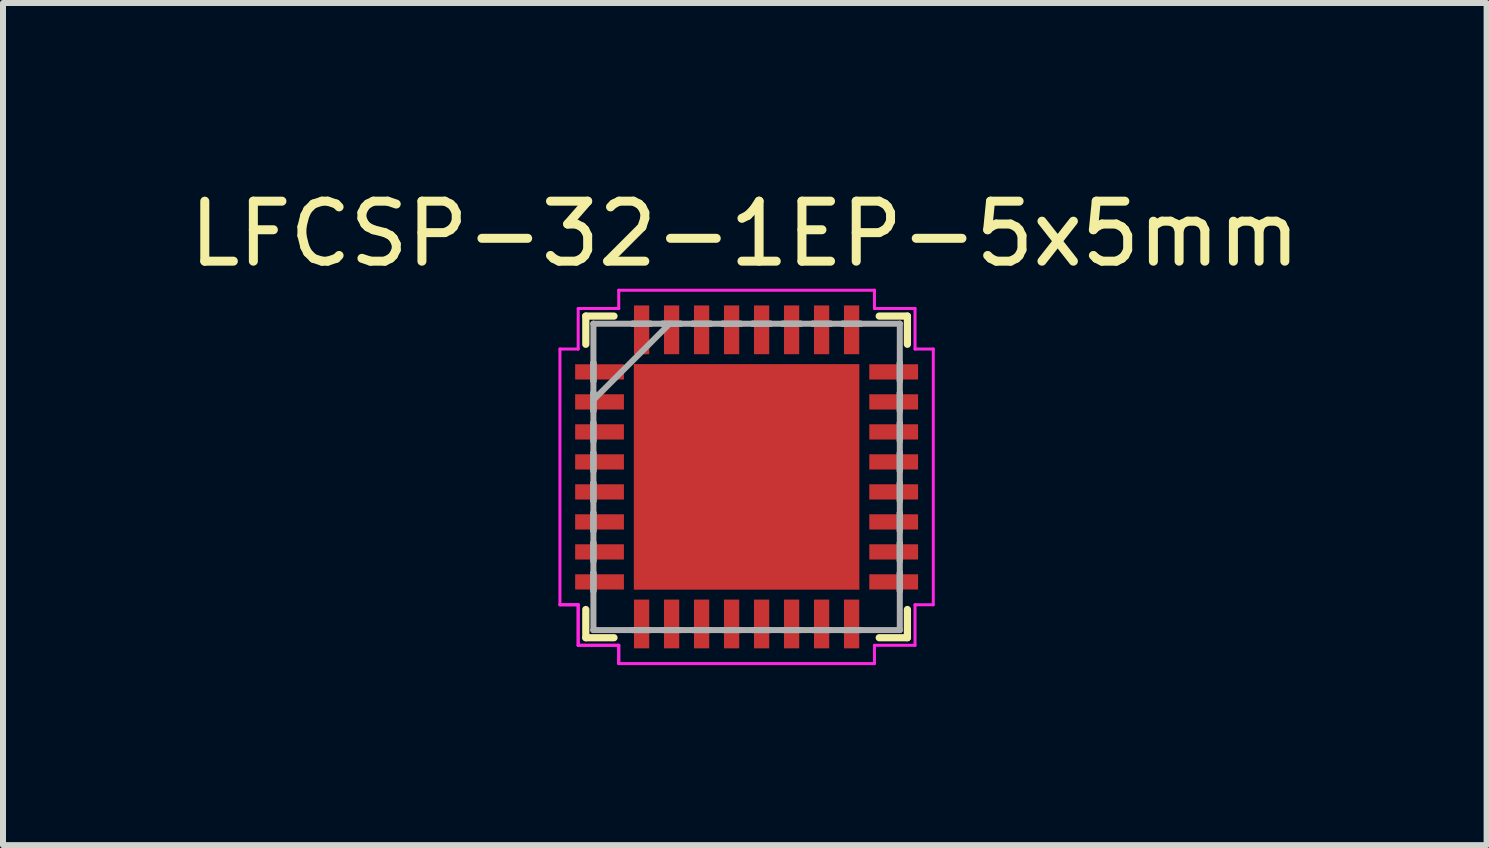
<source format=kicad_pcb>
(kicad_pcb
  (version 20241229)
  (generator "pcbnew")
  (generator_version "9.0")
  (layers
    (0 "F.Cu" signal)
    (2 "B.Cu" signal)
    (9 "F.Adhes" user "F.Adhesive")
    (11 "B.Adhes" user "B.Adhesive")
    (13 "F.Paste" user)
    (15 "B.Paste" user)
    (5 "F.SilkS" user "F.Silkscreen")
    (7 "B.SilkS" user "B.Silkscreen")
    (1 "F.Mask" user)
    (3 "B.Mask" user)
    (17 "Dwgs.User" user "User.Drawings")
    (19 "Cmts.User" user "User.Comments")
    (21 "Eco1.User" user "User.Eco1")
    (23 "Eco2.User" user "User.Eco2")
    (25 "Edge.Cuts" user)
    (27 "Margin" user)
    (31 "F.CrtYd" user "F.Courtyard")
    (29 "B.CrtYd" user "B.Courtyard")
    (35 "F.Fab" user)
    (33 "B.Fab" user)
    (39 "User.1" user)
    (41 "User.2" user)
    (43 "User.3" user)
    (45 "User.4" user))
  (footprint "LFCSP-32-1EP-5x5mm"
    (layer "F.Cu")
    (at 9.393 4.898)
    (property "Reference" "LFCSP-32-1EP-5x5mm" (at -0.03 -4.05 0) (layer "F.SilkS") (effects (font (size 1 1) (thickness 0.15))))
    (attr smd)
    (fp_line (start -2.68 -2.68) (end -2.68 -2.21) (stroke (width 0.12) (type solid)) (layer "F.SilkS"))
    (fp_line (start -2.68 2.21) (end -2.68 2.68) (stroke (width 0.12) (type solid)) (layer "F.SilkS"))
    (fp_line (start -2.68 2.68) (end -2.21 2.68) (stroke (width 0.12) (type solid)) (layer "F.SilkS"))
    (fp_line (start -2.21 -2.68) (end -2.68 -2.68) (stroke (width 0.12) (type solid)) (layer "F.SilkS"))
    (fp_line (start 2.21 2.68) (end 2.68 2.68) (stroke (width 0.12) (type solid)) (layer "F.SilkS"))
    (fp_line (start 2.68 -2.68) (end 2.21 -2.68) (stroke (width 0.12) (type solid)) (layer "F.SilkS"))
    (fp_line (start 2.68 -2.21) (end 2.68 -2.68) (stroke (width 0.12) (type solid)) (layer "F.SilkS"))
    (fp_line (start 2.68 2.68) (end 2.68 2.21) (stroke (width 0.12) (type solid)) (layer "F.SilkS"))
    (fp_poly (pts (xy -1.78 -1.78) (xy -1.78 -0.1) (xy -0.1 -0.1) (xy -0.1 -1.78)) (stroke (width 0.1) (type solid)) (fill yes) (layer "F.Paste"))
    (fp_poly (pts (xy -1.78 0.1) (xy -1.78 1.78) (xy -0.1 1.78) (xy -0.1 0.1)) (stroke (width 0.1) (type solid)) (fill yes) (layer "F.Paste"))
    (fp_poly (pts (xy 0.1 -1.78) (xy 0.1 -0.1) (xy 1.78 -0.1) (xy 1.78 -1.78)) (stroke (width 0.1) (type solid)) (fill yes) (layer "F.Paste"))
    (fp_poly (pts (xy 0.1 0.1) (xy 0.1 1.78) (xy 1.78 1.78) (xy 1.78 0.1)) (stroke (width 0.1) (type solid)) (fill yes) (layer "F.Paste"))
    (fp_line (start -3.111 -2.131) (end -2.807 -2.131) (stroke (width 0.05) (type solid)) (layer "F.CrtYd"))
    (fp_line (start -3.111 2.131) (end -3.111 -2.131) (stroke (width 0.05) (type solid)) (layer "F.CrtYd"))
    (fp_line (start -2.807 -2.807) (end -2.131 -2.807) (stroke (width 0.05) (type solid)) (layer "F.CrtYd"))
    (fp_line (start -2.807 -2.131) (end -2.807 -2.807) (stroke (width 0.05) (type solid)) (layer "F.CrtYd"))
    (fp_line (start -2.807 2.131) (end -3.111 2.131) (stroke (width 0.05) (type solid)) (layer "F.CrtYd"))
    (fp_line (start -2.807 2.131) (end -3.111 2.131) (stroke (width 0.05) (type solid)) (layer "F.CrtYd"))
    (fp_line (start -2.807 2.807) (end -2.807 2.131) (stroke (width 0.05) (type solid)) (layer "F.CrtYd"))
    (fp_line (start -2.807 2.807) (end -2.807 2.131) (stroke (width 0.05) (type solid)) (layer "F.CrtYd"))
    (fp_line (start -2.131 -3.111) (end 2.131 -3.111) (stroke (width 0.05) (type solid)) (layer "F.CrtYd"))
    (fp_line (start -2.131 -2.807) (end -2.131 -3.111) (stroke (width 0.05) (type solid)) (layer "F.CrtYd"))
    (fp_line (start -2.131 2.807) (end -2.807 2.807) (stroke (width 0.05) (type solid)) (layer "F.CrtYd"))
    (fp_line (start -2.131 2.807) (end -2.807 2.807) (stroke (width 0.05) (type solid)) (layer "F.CrtYd"))
    (fp_line (start -2.131 3.111) (end -2.131 2.807) (stroke (width 0.05) (type solid)) (layer "F.CrtYd"))
    (fp_line (start -2.131 3.111) (end -2.131 2.807) (stroke (width 0.05) (type solid)) (layer "F.CrtYd"))
    (fp_line (start 2.131 -3.111) (end 2.131 -2.807) (stroke (width 0.05) (type solid)) (layer "F.CrtYd"))
    (fp_line (start 2.131 -2.807) (end 2.807 -2.807) (stroke (width 0.05) (type solid)) (layer "F.CrtYd"))
    (fp_line (start 2.131 2.807) (end 2.131 3.111) (stroke (width 0.05) (type solid)) (layer "F.CrtYd"))
    (fp_line (start 2.131 3.111) (end -2.131 3.111) (stroke (width 0.05) (type solid)) (layer "F.CrtYd"))
    (fp_line (start 2.807 -2.807) (end 2.807 -2.131) (stroke (width 0.05) (type solid)) (layer "F.CrtYd"))
    (fp_line (start 2.807 -2.131) (end 3.111 -2.131) (stroke (width 0.05) (type solid)) (layer "F.CrtYd"))
    (fp_line (start 2.807 2.131) (end 2.807 2.807) (stroke (width 0.05) (type solid)) (layer "F.CrtYd"))
    (fp_line (start 2.807 2.807) (end 2.131 2.807) (stroke (width 0.05) (type solid)) (layer "F.CrtYd"))
    (fp_line (start 3.111 -2.131) (end 3.111 2.131) (stroke (width 0.05) (type solid)) (layer "F.CrtYd"))
    (fp_line (start 3.111 2.131) (end 2.807 2.131) (stroke (width 0.05) (type solid)) (layer "F.CrtYd"))
    (fp_line (start -2.553 -2.553) (end -2.553 -2.553) (stroke (width 0.1) (type solid)) (layer "F.Fab"))
    (fp_line (start -2.553 -2.553) (end -2.553 2.553) (stroke (width 0.1) (type solid)) (layer "F.Fab"))
    (fp_line (start -2.553 -1.902) (end -2.553 -1.902) (stroke (width 0.1) (type solid)) (layer "F.Fab"))
    (fp_line (start -2.553 -1.902) (end -2.553 -1.598) (stroke (width 0.1) (type solid)) (layer "F.Fab"))
    (fp_line (start -2.553 -1.598) (end -2.553 -1.902) (stroke (width 0.1) (type solid)) (layer "F.Fab"))
    (fp_line (start -2.553 -1.598) (end -2.553 -1.598) (stroke (width 0.1) (type solid)) (layer "F.Fab"))
    (fp_line (start -2.553 -1.402) (end -2.553 -1.402) (stroke (width 0.1) (type solid)) (layer "F.Fab"))
    (fp_line (start -2.553 -1.402) (end -2.553 -1.098) (stroke (width 0.1) (type solid)) (layer "F.Fab"))
    (fp_line (start -2.553 -1.283) (end -1.283 -2.553) (stroke (width 0.1) (type solid)) (layer "F.Fab"))
    (fp_line (start -2.553 -1.098) (end -2.553 -1.402) (stroke (width 0.1) (type solid)) (layer "F.Fab"))
    (fp_line (start -2.553 -1.098) (end -2.553 -1.098) (stroke (width 0.1) (type solid)) (layer "F.Fab"))
    (fp_line (start -2.553 -0.902) (end -2.553 -0.902) (stroke (width 0.1) (type solid)) (layer "F.Fab"))
    (fp_line (start -2.553 -0.902) (end -2.553 -0.598) (stroke (width 0.1) (type solid)) (layer "F.Fab"))
    (fp_line (start -2.553 -0.598) (end -2.553 -0.902) (stroke (width 0.1) (type solid)) (layer "F.Fab"))
    (fp_line (start -2.553 -0.598) (end -2.553 -0.598) (stroke (width 0.1) (type solid)) (layer "F.Fab"))
    (fp_line (start -2.553 -0.402) (end -2.553 -0.402) (stroke (width 0.1) (type solid)) (layer "F.Fab"))
    (fp_line (start -2.553 -0.402) (end -2.553 -0.098) (stroke (width 0.1) (type solid)) (layer "F.Fab"))
    (fp_line (start -2.553 -0.098) (end -2.553 -0.402) (stroke (width 0.1) (type solid)) (layer "F.Fab"))
    (fp_line (start -2.553 -0.098) (end -2.553 -0.098) (stroke (width 0.1) (type solid)) (layer "F.Fab"))
    (fp_line (start -2.553 0.098) (end -2.553 0.098) (stroke (width 0.1) (type solid)) (layer "F.Fab"))
    (fp_line (start -2.553 0.098) (end -2.553 0.402) (stroke (width 0.1) (type solid)) (layer "F.Fab"))
    (fp_line (start -2.553 0.402) (end -2.553 0.098) (stroke (width 0.1) (type solid)) (layer "F.Fab"))
    (fp_line (start -2.553 0.402) (end -2.553 0.402) (stroke (width 0.1) (type solid)) (layer "F.Fab"))
    (fp_line (start -2.553 0.598) (end -2.553 0.598) (stroke (width 0.1) (type solid)) (layer "F.Fab"))
    (fp_line (start -2.553 0.598) (end -2.553 0.902) (stroke (width 0.1) (type solid)) (layer "F.Fab"))
    (fp_line (start -2.553 0.902) (end -2.553 0.598) (stroke (width 0.1) (type solid)) (layer "F.Fab"))
    (fp_line (start -2.553 0.902) (end -2.553 0.902) (stroke (width 0.1) (type solid)) (layer "F.Fab"))
    (fp_line (start -2.553 1.098) (end -2.553 1.098) (stroke (width 0.1) (type solid)) (layer "F.Fab"))
    (fp_line (start -2.553 1.098) (end -2.553 1.402) (stroke (width 0.1) (type solid)) (layer "F.Fab"))
    (fp_line (start -2.553 1.402) (end -2.553 1.098) (stroke (width 0.1) (type solid)) (layer "F.Fab"))
    (fp_line (start -2.553 1.402) (end -2.553 1.402) (stroke (width 0.1) (type solid)) (layer "F.Fab"))
    (fp_line (start -2.553 1.598) (end -2.553 1.598) (stroke (width 0.1) (type solid)) (layer "F.Fab"))
    (fp_line (start -2.553 1.598) (end -2.553 1.902) (stroke (width 0.1) (type solid)) (layer "F.Fab"))
    (fp_line (start -2.553 1.902) (end -2.553 1.598) (stroke (width 0.1) (type solid)) (layer "F.Fab"))
    (fp_line (start -2.553 1.902) (end -2.553 1.902) (stroke (width 0.1) (type solid)) (layer "F.Fab"))
    (fp_line (start -2.553 2.553) (end -2.553 2.553) (stroke (width 0.1) (type solid)) (layer "F.Fab"))
    (fp_line (start -2.553 2.553) (end 2.553 2.553) (stroke (width 0.1) (type solid)) (layer "F.Fab"))
    (fp_line (start -1.902 -2.553) (end -1.902 -2.553) (stroke (width 0.1) (type solid)) (layer "F.Fab"))
    (fp_line (start -1.902 -2.553) (end -1.598 -2.553) (stroke (width 0.1) (type solid)) (layer "F.Fab"))
    (fp_line (start -1.902 2.553) (end -1.902 2.553) (stroke (width 0.1) (type solid)) (layer "F.Fab"))
    (fp_line (start -1.902 2.553) (end -1.598 2.553) (stroke (width 0.1) (type solid)) (layer "F.Fab"))
    (fp_line (start -1.598 -2.553) (end -1.902 -2.553) (stroke (width 0.1) (type solid)) (layer "F.Fab"))
    (fp_line (start -1.598 -2.553) (end -1.598 -2.553) (stroke (width 0.1) (type solid)) (layer "F.Fab"))
    (fp_line (start -1.598 2.553) (end -1.902 2.553) (stroke (width 0.1) (type solid)) (layer "F.Fab"))
    (fp_line (start -1.598 2.553) (end -1.598 2.553) (stroke (width 0.1) (type solid)) (layer "F.Fab"))
    (fp_line (start -1.402 -2.553) (end -1.402 -2.553) (stroke (width 0.1) (type solid)) (layer "F.Fab"))
    (fp_line (start -1.402 -2.553) (end -1.098 -2.553) (stroke (width 0.1) (type solid)) (layer "F.Fab"))
    (fp_line (start -1.402 2.553) (end -1.402 2.553) (stroke (width 0.1) (type solid)) (layer "F.Fab"))
    (fp_line (start -1.402 2.553) (end -1.098 2.553) (stroke (width 0.1) (type solid)) (layer "F.Fab"))
    (fp_line (start -1.098 -2.553) (end -1.402 -2.553) (stroke (width 0.1) (type solid)) (layer "F.Fab"))
    (fp_line (start -1.098 -2.553) (end -1.098 -2.553) (stroke (width 0.1) (type solid)) (layer "F.Fab"))
    (fp_line (start -1.098 2.553) (end -1.402 2.553) (stroke (width 0.1) (type solid)) (layer "F.Fab"))
    (fp_line (start -1.098 2.553) (end -1.098 2.553) (stroke (width 0.1) (type solid)) (layer "F.Fab"))
    (fp_line (start -0.902 -2.553) (end -0.902 -2.553) (stroke (width 0.1) (type solid)) (layer "F.Fab"))
    (fp_line (start -0.902 -2.553) (end -0.598 -2.553) (stroke (width 0.1) (type solid)) (layer "F.Fab"))
    (fp_line (start -0.902 2.553) (end -0.902 2.553) (stroke (width 0.1) (type solid)) (layer "F.Fab"))
    (fp_line (start -0.902 2.553) (end -0.598 2.553) (stroke (width 0.1) (type solid)) (layer "F.Fab"))
    (fp_line (start -0.598 -2.553) (end -0.902 -2.553) (stroke (width 0.1) (type solid)) (layer "F.Fab"))
    (fp_line (start -0.598 -2.553) (end -0.598 -2.553) (stroke (width 0.1) (type solid)) (layer "F.Fab"))
    (fp_line (start -0.598 2.553) (end -0.902 2.553) (stroke (width 0.1) (type solid)) (layer "F.Fab"))
    (fp_line (start -0.598 2.553) (end -0.598 2.553) (stroke (width 0.1) (type solid)) (layer "F.Fab"))
    (fp_line (start -0.402 -2.553) (end -0.402 -2.553) (stroke (width 0.1) (type solid)) (layer "F.Fab"))
    (fp_line (start -0.402 -2.553) (end -0.098 -2.553) (stroke (width 0.1) (type solid)) (layer "F.Fab"))
    (fp_line (start -0.402 2.553) (end -0.402 2.553) (stroke (width 0.1) (type solid)) (layer "F.Fab"))
    (fp_line (start -0.402 2.553) (end -0.098 2.553) (stroke (width 0.1) (type solid)) (layer "F.Fab"))
    (fp_line (start -0.098 -2.553) (end -0.402 -2.553) (stroke (width 0.1) (type solid)) (layer "F.Fab"))
    (fp_line (start -0.098 -2.553) (end -0.098 -2.553) (stroke (width 0.1) (type solid)) (layer "F.Fab"))
    (fp_line (start -0.098 2.553) (end -0.402 2.553) (stroke (width 0.1) (type solid)) (layer "F.Fab"))
    (fp_line (start -0.098 2.553) (end -0.098 2.553) (stroke (width 0.1) (type solid)) (layer "F.Fab"))
    (fp_line (start 0.098 -2.553) (end 0.098 -2.553) (stroke (width 0.1) (type solid)) (layer "F.Fab"))
    (fp_line (start 0.098 -2.553) (end 0.402 -2.553) (stroke (width 0.1) (type solid)) (layer "F.Fab"))
    (fp_line (start 0.098 2.553) (end 0.098 2.553) (stroke (width 0.1) (type solid)) (layer "F.Fab"))
    (fp_line (start 0.098 2.553) (end 0.402 2.553) (stroke (width 0.1) (type solid)) (layer "F.Fab"))
    (fp_line (start 0.402 -2.553) (end 0.098 -2.553) (stroke (width 0.1) (type solid)) (layer "F.Fab"))
    (fp_line (start 0.402 -2.553) (end 0.402 -2.553) (stroke (width 0.1) (type solid)) (layer "F.Fab"))
    (fp_line (start 0.402 2.553) (end 0.098 2.553) (stroke (width 0.1) (type solid)) (layer "F.Fab"))
    (fp_line (start 0.402 2.553) (end 0.402 2.553) (stroke (width 0.1) (type solid)) (layer "F.Fab"))
    (fp_line (start 0.598 -2.553) (end 0.598 -2.553) (stroke (width 0.1) (type solid)) (layer "F.Fab"))
    (fp_line (start 0.598 -2.553) (end 0.902 -2.553) (stroke (width 0.1) (type solid)) (layer "F.Fab"))
    (fp_line (start 0.598 2.553) (end 0.598 2.553) (stroke (width 0.1) (type solid)) (layer "F.Fab"))
    (fp_line (start 0.598 2.553) (end 0.902 2.553) (stroke (width 0.1) (type solid)) (layer "F.Fab"))
    (fp_line (start 0.902 -2.553) (end 0.598 -2.553) (stroke (width 0.1) (type solid)) (layer "F.Fab"))
    (fp_line (start 0.902 -2.553) (end 0.902 -2.553) (stroke (width 0.1) (type solid)) (layer "F.Fab"))
    (fp_line (start 0.902 2.553) (end 0.598 2.553) (stroke (width 0.1) (type solid)) (layer "F.Fab"))
    (fp_line (start 0.902 2.553) (end 0.902 2.553) (stroke (width 0.1) (type solid)) (layer "F.Fab"))
    (fp_line (start 1.098 -2.553) (end 1.098 -2.553) (stroke (width 0.1) (type solid)) (layer "F.Fab"))
    (fp_line (start 1.098 -2.553) (end 1.402 -2.553) (stroke (width 0.1) (type solid)) (layer "F.Fab"))
    (fp_line (start 1.098 2.553) (end 1.098 2.553) (stroke (width 0.1) (type solid)) (layer "F.Fab"))
    (fp_line (start 1.098 2.553) (end 1.402 2.553) (stroke (width 0.1) (type solid)) (layer "F.Fab"))
    (fp_line (start 1.402 -2.553) (end 1.098 -2.553) (stroke (width 0.1) (type solid)) (layer "F.Fab"))
    (fp_line (start 1.402 -2.553) (end 1.402 -2.553) (stroke (width 0.1) (type solid)) (layer "F.Fab"))
    (fp_line (start 1.402 2.553) (end 1.098 2.553) (stroke (width 0.1) (type solid)) (layer "F.Fab"))
    (fp_line (start 1.402 2.553) (end 1.402 2.553) (stroke (width 0.1) (type solid)) (layer "F.Fab"))
    (fp_line (start 1.598 -2.553) (end 1.598 -2.553) (stroke (width 0.1) (type solid)) (layer "F.Fab"))
    (fp_line (start 1.598 -2.553) (end 1.902 -2.553) (stroke (width 0.1) (type solid)) (layer "F.Fab"))
    (fp_line (start 1.598 2.553) (end 1.598 2.553) (stroke (width 0.1) (type solid)) (layer "F.Fab"))
    (fp_line (start 1.598 2.553) (end 1.902 2.553) (stroke (width 0.1) (type solid)) (layer "F.Fab"))
    (fp_line (start 1.902 -2.553) (end 1.598 -2.553) (stroke (width 0.1) (type solid)) (layer "F.Fab"))
    (fp_line (start 1.902 -2.553) (end 1.902 -2.553) (stroke (width 0.1) (type solid)) (layer "F.Fab"))
    (fp_line (start 1.902 2.553) (end 1.598 2.553) (stroke (width 0.1) (type solid)) (layer "F.Fab"))
    (fp_line (start 1.902 2.553) (end 1.902 2.553) (stroke (width 0.1) (type solid)) (layer "F.Fab"))
    (fp_line (start 2.553 -2.553) (end -2.553 -2.553) (stroke (width 0.1) (type solid)) (layer "F.Fab"))
    (fp_line (start 2.553 -2.553) (end 2.553 -2.553) (stroke (width 0.1) (type solid)) (layer "F.Fab"))
    (fp_line (start 2.553 -1.902) (end 2.553 -1.902) (stroke (width 0.1) (type solid)) (layer "F.Fab"))
    (fp_line (start 2.553 -1.902) (end 2.553 -1.598) (stroke (width 0.1) (type solid)) (layer "F.Fab"))
    (fp_line (start 2.553 -1.598) (end 2.553 -1.902) (stroke (width 0.1) (type solid)) (layer "F.Fab"))
    (fp_line (start 2.553 -1.598) (end 2.553 -1.598) (stroke (width 0.1) (type solid)) (layer "F.Fab"))
    (fp_line (start 2.553 -1.402) (end 2.553 -1.402) (stroke (width 0.1) (type solid)) (layer "F.Fab"))
    (fp_line (start 2.553 -1.402) (end 2.553 -1.098) (stroke (width 0.1) (type solid)) (layer "F.Fab"))
    (fp_line (start 2.553 -1.098) (end 2.553 -1.402) (stroke (width 0.1) (type solid)) (layer "F.Fab"))
    (fp_line (start 2.553 -1.098) (end 2.553 -1.098) (stroke (width 0.1) (type solid)) (layer "F.Fab"))
    (fp_line (start 2.553 -0.902) (end 2.553 -0.902) (stroke (width 0.1) (type solid)) (layer "F.Fab"))
    (fp_line (start 2.553 -0.902) (end 2.553 -0.598) (stroke (width 0.1) (type solid)) (layer "F.Fab"))
    (fp_line (start 2.553 -0.598) (end 2.553 -0.902) (stroke (width 0.1) (type solid)) (layer "F.Fab"))
    (fp_line (start 2.553 -0.598) (end 2.553 -0.598) (stroke (width 0.1) (type solid)) (layer "F.Fab"))
    (fp_line (start 2.553 -0.402) (end 2.553 -0.402) (stroke (width 0.1) (type solid)) (layer "F.Fab"))
    (fp_line (start 2.553 -0.402) (end 2.553 -0.098) (stroke (width 0.1) (type solid)) (layer "F.Fab"))
    (fp_line (start 2.553 -0.098) (end 2.553 -0.402) (stroke (width 0.1) (type solid)) (layer "F.Fab"))
    (fp_line (start 2.553 -0.098) (end 2.553 -0.098) (stroke (width 0.1) (type solid)) (layer "F.Fab"))
    (fp_line (start 2.553 0.098) (end 2.553 0.098) (stroke (width 0.1) (type solid)) (layer "F.Fab"))
    (fp_line (start 2.553 0.098) (end 2.553 0.402) (stroke (width 0.1) (type solid)) (layer "F.Fab"))
    (fp_line (start 2.553 0.402) (end 2.553 0.098) (stroke (width 0.1) (type solid)) (layer "F.Fab"))
    (fp_line (start 2.553 0.402) (end 2.553 0.402) (stroke (width 0.1) (type solid)) (layer "F.Fab"))
    (fp_line (start 2.553 0.598) (end 2.553 0.598) (stroke (width 0.1) (type solid)) (layer "F.Fab"))
    (fp_line (start 2.553 0.598) (end 2.553 0.902) (stroke (width 0.1) (type solid)) (layer "F.Fab"))
    (fp_line (start 2.553 0.902) (end 2.553 0.598) (stroke (width 0.1) (type solid)) (layer "F.Fab"))
    (fp_line (start 2.553 0.902) (end 2.553 0.902) (stroke (width 0.1) (type solid)) (layer "F.Fab"))
    (fp_line (start 2.553 1.098) (end 2.553 1.098) (stroke (width 0.1) (type solid)) (layer "F.Fab"))
    (fp_line (start 2.553 1.098) (end 2.553 1.402) (stroke (width 0.1) (type solid)) (layer "F.Fab"))
    (fp_line (start 2.553 1.402) (end 2.553 1.098) (stroke (width 0.1) (type solid)) (layer "F.Fab"))
    (fp_line (start 2.553 1.402) (end 2.553 1.402) (stroke (width 0.1) (type solid)) (layer "F.Fab"))
    (fp_line (start 2.553 1.598) (end 2.553 1.598) (stroke (width 0.1) (type solid)) (layer "F.Fab"))
    (fp_line (start 2.553 1.598) (end 2.553 1.902) (stroke (width 0.1) (type solid)) (layer "F.Fab"))
    (fp_line (start 2.553 1.902) (end 2.553 1.598) (stroke (width 0.1) (type solid)) (layer "F.Fab"))
    (fp_line (start 2.553 1.902) (end 2.553 1.902) (stroke (width 0.1) (type solid)) (layer "F.Fab"))
    (fp_line (start 2.553 2.553) (end 2.553 -2.553) (stroke (width 0.1) (type solid)) (layer "F.Fab"))
    (fp_line (start 2.553 2.553) (end 2.553 2.553) (stroke (width 0.1) (type solid)) (layer "F.Fab"))
    (pad "1" smd rect (at -2.451 -1.75 90) (size 0.254 0.813) (layers "F.Cu" "F.Mask" "F.Paste"))
    (pad "2" smd rect (at -2.451 -1.25 90) (size 0.254 0.813) (layers "F.Cu" "F.Mask" "F.Paste"))
    (pad "3" smd rect (at -2.451 -0.75 90) (size 0.254 0.813) (layers "F.Cu" "F.Mask" "F.Paste"))
    (pad "4" smd rect (at -2.451 -0.25 90) (size 0.254 0.813) (layers "F.Cu" "F.Mask" "F.Paste"))
    (pad "5" smd rect (at -2.451 0.25 90) (size 0.254 0.813) (layers "F.Cu" "F.Mask" "F.Paste"))
    (pad "6" smd rect (at -2.451 0.75 90) (size 0.254 0.813) (layers "F.Cu" "F.Mask" "F.Paste"))
    (pad "7" smd rect (at -2.451 1.25 90) (size 0.254 0.813) (layers "F.Cu" "F.Mask" "F.Paste"))
    (pad "8" smd rect (at -2.451 1.75 90) (size 0.254 0.813) (layers "F.Cu" "F.Mask" "F.Paste"))
    (pad "9" smd rect (at -1.75 2.451) (size 0.254 0.813) (layers "F.Cu" "F.Mask" "F.Paste"))
    (pad "10" smd rect (at -1.25 2.451) (size 0.254 0.813) (layers "F.Cu" "F.Mask" "F.Paste"))
    (pad "11" smd rect (at -0.75 2.451) (size 0.254 0.813) (layers "F.Cu" "F.Mask" "F.Paste"))
    (pad "12" smd rect (at -0.25 2.451) (size 0.254 0.813) (layers "F.Cu" "F.Mask" "F.Paste"))
    (pad "13" smd rect (at 0.25 2.451) (size 0.254 0.813) (layers "F.Cu" "F.Mask" "F.Paste"))
    (pad "14" smd rect (at 0.75 2.451) (size 0.254 0.813) (layers "F.Cu" "F.Mask" "F.Paste"))
    (pad "15" smd rect (at 1.25 2.451) (size 0.254 0.813) (layers "F.Cu" "F.Mask" "F.Paste"))
    (pad "16" smd rect (at 1.75 2.451) (size 0.254 0.813) (layers "F.Cu" "F.Mask" "F.Paste"))
    (pad "17" smd rect (at 2.451 1.75 90) (size 0.254 0.813) (layers "F.Cu" "F.Mask" "F.Paste"))
    (pad "18" smd rect (at 2.451 1.25 90) (size 0.254 0.813) (layers "F.Cu" "F.Mask" "F.Paste"))
    (pad "19" smd rect (at 2.451 0.75 90) (size 0.254 0.813) (layers "F.Cu" "F.Mask" "F.Paste"))
    (pad "20" smd rect (at 2.451 0.25 90) (size 0.254 0.813) (layers "F.Cu" "F.Mask" "F.Paste"))
    (pad "21" smd rect (at 2.451 -0.25 90) (size 0.254 0.813) (layers "F.Cu" "F.Mask" "F.Paste"))
    (pad "22" smd rect (at 2.451 -0.75 90) (size 0.254 0.813) (layers "F.Cu" "F.Mask" "F.Paste"))
    (pad "23" smd rect (at 2.451 -1.25 90) (size 0.254 0.813) (layers "F.Cu" "F.Mask" "F.Paste"))
    (pad "24" smd rect (at 2.451 -1.75 90) (size 0.254 0.813) (layers "F.Cu" "F.Mask" "F.Paste"))
    (pad "25" smd rect (at 1.75 -2.451) (size 0.254 0.813) (layers "F.Cu" "F.Mask" "F.Paste"))
    (pad "26" smd rect (at 1.25 -2.451) (size 0.254 0.813) (layers "F.Cu" "F.Mask" "F.Paste"))
    (pad "27" smd rect (at 0.75 -2.451) (size 0.254 0.813) (layers "F.Cu" "F.Mask" "F.Paste"))
    (pad "28" smd rect (at 0.25 -2.451) (size 0.254 0.813) (layers "F.Cu" "F.Mask" "F.Paste"))
    (pad "29" smd rect (at -0.25 -2.451) (size 0.254 0.813) (layers "F.Cu" "F.Mask" "F.Paste"))
    (pad "30" smd rect (at -0.75 -2.451) (size 0.254 0.813) (layers "F.Cu" "F.Mask" "F.Paste"))
    (pad "31" smd rect (at -1.25 -2.451) (size 0.254 0.813) (layers "F.Cu" "F.Mask" "F.Paste"))
    (pad "32" smd rect (at -1.75 -2.451) (size 0.254 0.813) (layers "F.Cu" "F.Mask" "F.Paste"))
    (pad "33" smd rect (at 0 0) (size 3.759 3.759) (layers "F.Cu" "F.Mask")))
  (gr_rect
    (start -3 -3)
    (end 21.726 11.035)
    (stroke (width 0.1) (type default))
    (fill no)
    (layer "Edge.Cuts")))
</source>
